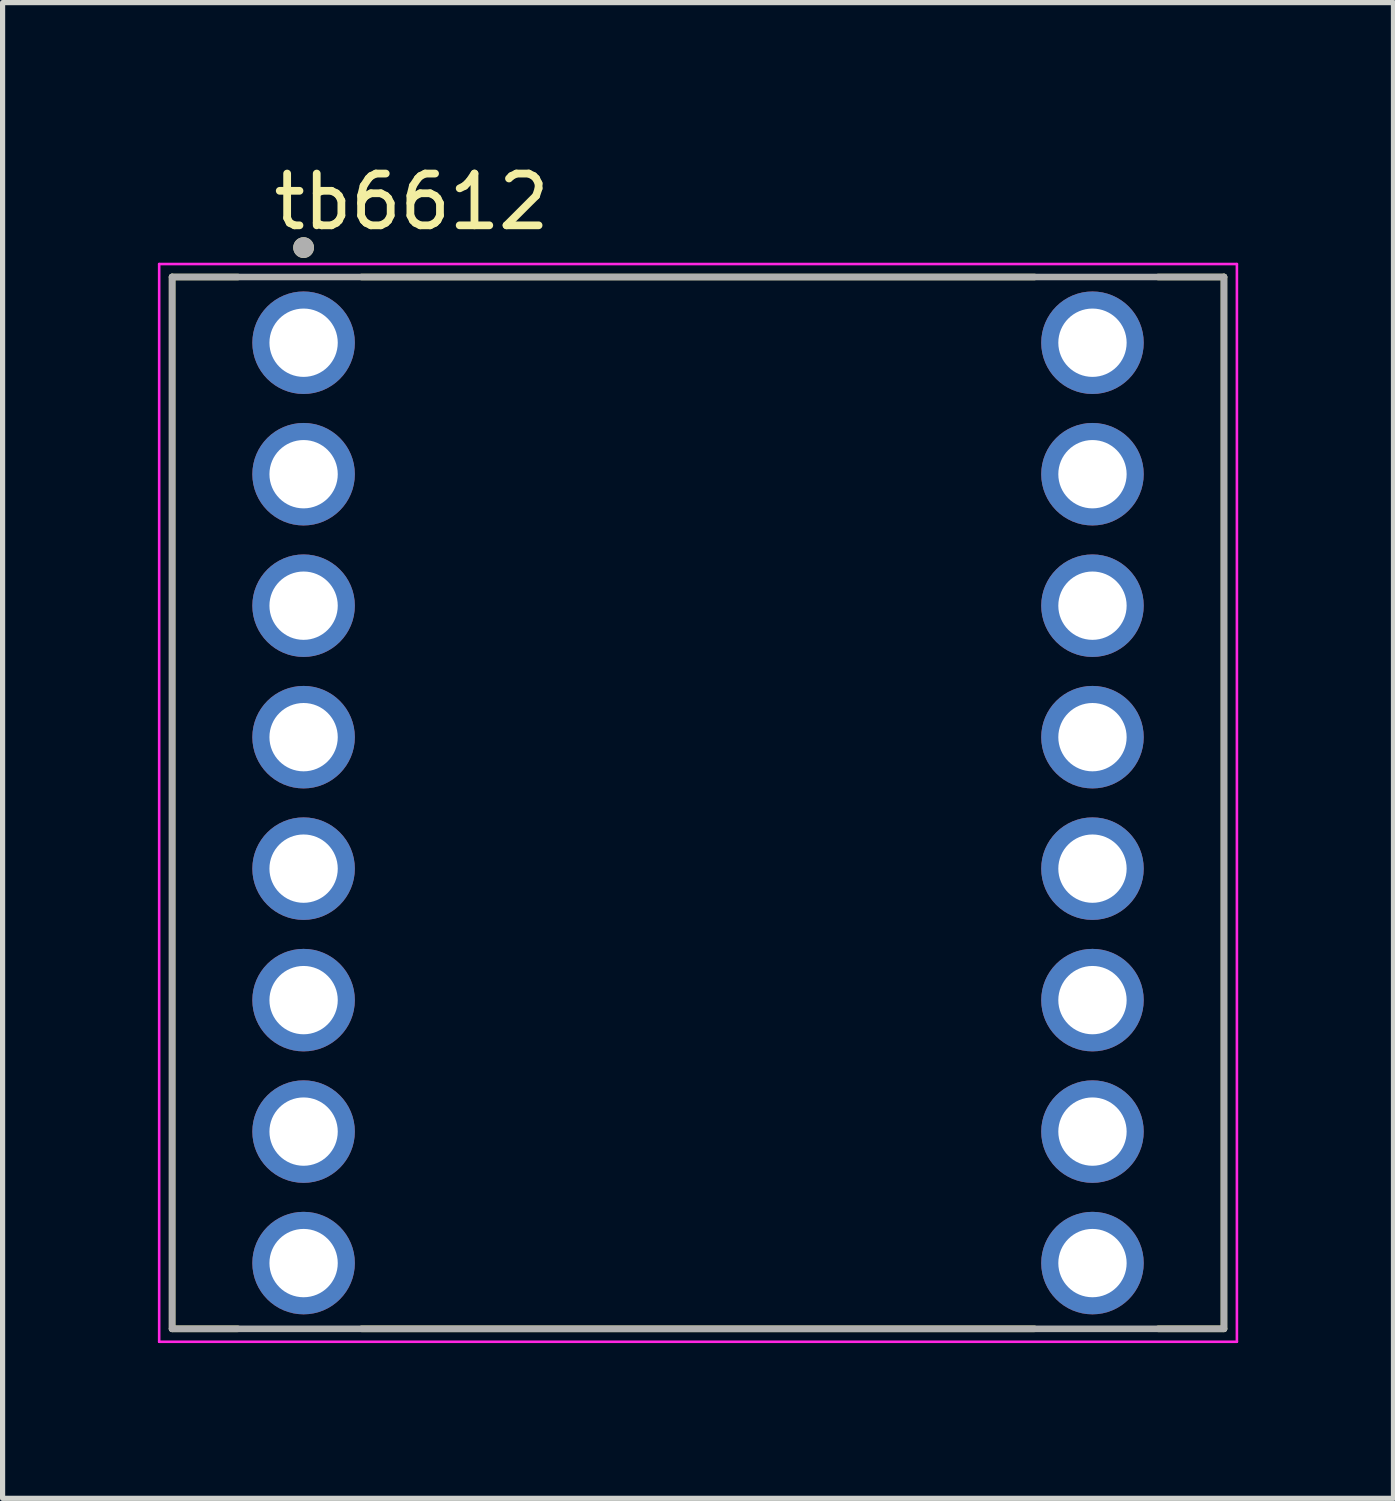
<source format=kicad_pcb>
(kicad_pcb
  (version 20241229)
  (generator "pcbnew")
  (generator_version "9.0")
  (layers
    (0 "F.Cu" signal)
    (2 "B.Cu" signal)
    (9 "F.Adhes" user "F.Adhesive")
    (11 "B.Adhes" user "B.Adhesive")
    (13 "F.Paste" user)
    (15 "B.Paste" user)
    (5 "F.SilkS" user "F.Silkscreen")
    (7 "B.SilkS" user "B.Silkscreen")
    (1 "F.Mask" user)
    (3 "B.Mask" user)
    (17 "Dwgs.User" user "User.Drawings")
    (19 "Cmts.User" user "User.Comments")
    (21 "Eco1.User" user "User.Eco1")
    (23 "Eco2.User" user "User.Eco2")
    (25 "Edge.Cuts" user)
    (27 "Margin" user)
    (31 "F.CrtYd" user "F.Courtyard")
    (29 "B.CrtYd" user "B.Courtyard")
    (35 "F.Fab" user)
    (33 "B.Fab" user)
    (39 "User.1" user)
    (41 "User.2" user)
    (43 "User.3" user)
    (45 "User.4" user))
  (footprint "tb6612"
    (layer "F.Cu")
    (at 10.435 12.461)
    (property "Reference" "tb6612" (at -5.533 -11.613 0) (layer "F.SilkS") (effects (font (size 1 1) (thickness 0.15))))
    (attr through_hole)
    (fp_line (start -10.16 -10.16) (end -10.16 10.16) (stroke (width 0.127) (type solid)) (layer "F.SilkS"))
    (fp_line (start -8.89 -10.16) (end -10.16 -10.16) (stroke (width 0.127) (type solid)) (layer "F.SilkS"))
    (fp_line (start -8.89 10.16) (end -10.16 10.16) (stroke (width 0.127) (type solid)) (layer "F.SilkS"))
    (fp_line (start -6.5 -10.16) (end 6.5 -10.16) (stroke (width 0.127) (type solid)) (layer "F.SilkS"))
    (fp_line (start -6.5 10.16) (end 6.5 10.16) (stroke (width 0.127) (type solid)) (layer "F.SilkS"))
    (fp_line (start 8.89 -10.16) (end 10.16 -10.16) (stroke (width 0.127) (type solid)) (layer "F.SilkS"))
    (fp_line (start 8.89 10.16) (end 10.16 10.16) (stroke (width 0.127) (type solid)) (layer "F.SilkS"))
    (fp_line (start 10.16 10.16) (end 10.16 -10.16) (stroke (width 0.127) (type solid)) (layer "F.SilkS"))
    (fp_circle (center -7.62 -10.728) (end -7.52 -10.728) (stroke (width 0.2) (type solid)) (fill no) (layer "F.SilkS"))
    (fp_line (start -10.41 -10.41) (end -10.41 10.41) (stroke (width 0.05) (type solid)) (layer "F.CrtYd"))
    (fp_line (start -10.41 10.41) (end 10.41 10.41) (stroke (width 0.05) (type solid)) (layer "F.CrtYd"))
    (fp_line (start 10.41 -10.41) (end -10.41 -10.41) (stroke (width 0.05) (type solid)) (layer "F.CrtYd"))
    (fp_line (start 10.41 10.41) (end 10.41 -10.41) (stroke (width 0.05) (type solid)) (layer "F.CrtYd"))
    (fp_line (start -10.16 -10.16) (end -10.16 10.16) (stroke (width 0.127) (type solid)) (layer "F.Fab"))
    (fp_line (start -10.16 10.16) (end 10.16 10.16) (stroke (width 0.127) (type solid)) (layer "F.Fab"))
    (fp_line (start 10.16 -10.16) (end -10.16 -10.16) (stroke (width 0.127) (type solid)) (layer "F.Fab"))
    (fp_line (start 10.16 10.16) (end 10.16 -10.16) (stroke (width 0.127) (type solid)) (layer "F.Fab"))
    (fp_circle (center -7.62 -10.728) (end -7.52 -10.728) (stroke (width 0.2) (type solid)) (fill no) (layer "F.Fab"))
    (pad "1" thru_hole circle (at -7.62 -8.89) (size 1.98 1.98) (drill 1.32) (layers "*.Cu" "*.Mask"))
    (pad "2" thru_hole circle (at -7.62 -6.35) (size 1.98 1.98) (drill 1.32) (layers "*.Cu" "*.Mask"))
    (pad "3" thru_hole circle (at -7.62 -3.81) (size 1.98 1.98) (drill 1.32) (layers "*.Cu" "*.Mask"))
    (pad "4" thru_hole circle (at -7.62 -1.27) (size 1.98 1.98) (drill 1.32) (layers "*.Cu" "*.Mask"))
    (pad "5" thru_hole circle (at -7.62 1.27) (size 1.98 1.98) (drill 1.32) (layers "*.Cu" "*.Mask"))
    (pad "6" thru_hole circle (at -7.62 3.81) (size 1.98 1.98) (drill 1.32) (layers "*.Cu" "*.Mask"))
    (pad "7" thru_hole circle (at -7.62 6.35) (size 1.98 1.98) (drill 1.32) (layers "*.Cu" "*.Mask"))
    (pad "8" thru_hole circle (at -7.62 8.89) (size 1.98 1.98) (drill 1.32) (layers "*.Cu" "*.Mask"))
    (pad "9" thru_hole circle (at 7.62 8.89) (size 1.98 1.98) (drill 1.32) (layers "*.Cu" "*.Mask"))
    (pad "10" thru_hole circle (at 7.62 6.35) (size 1.98 1.98) (drill 1.32) (layers "*.Cu" "*.Mask"))
    (pad "11" thru_hole circle (at 7.62 3.81) (size 1.98 1.98) (drill 1.32) (layers "*.Cu" "*.Mask"))
    (pad "12" thru_hole circle (at 7.62 1.27) (size 1.98 1.98) (drill 1.32) (layers "*.Cu" "*.Mask"))
    (pad "13" thru_hole circle (at 7.62 -1.27) (size 1.98 1.98) (drill 1.32) (layers "*.Cu" "*.Mask"))
    (pad "14" thru_hole circle (at 7.62 -3.81) (size 1.98 1.98) (drill 1.32) (layers "*.Cu" "*.Mask"))
    (pad "15" thru_hole circle (at 7.62 -6.35) (size 1.98 1.98) (drill 1.32) (layers "*.Cu" "*.Mask"))
    (pad "16" thru_hole circle (at 7.62 -8.89) (size 1.98 1.98) (drill 1.32) (layers "*.Cu" "*.Mask")))
  (gr_rect
    (start -3 -3)
    (end 23.87 25.896)
    (stroke (width 0.1) (type default))
    (fill no)
    (layer "Edge.Cuts")))
</source>
